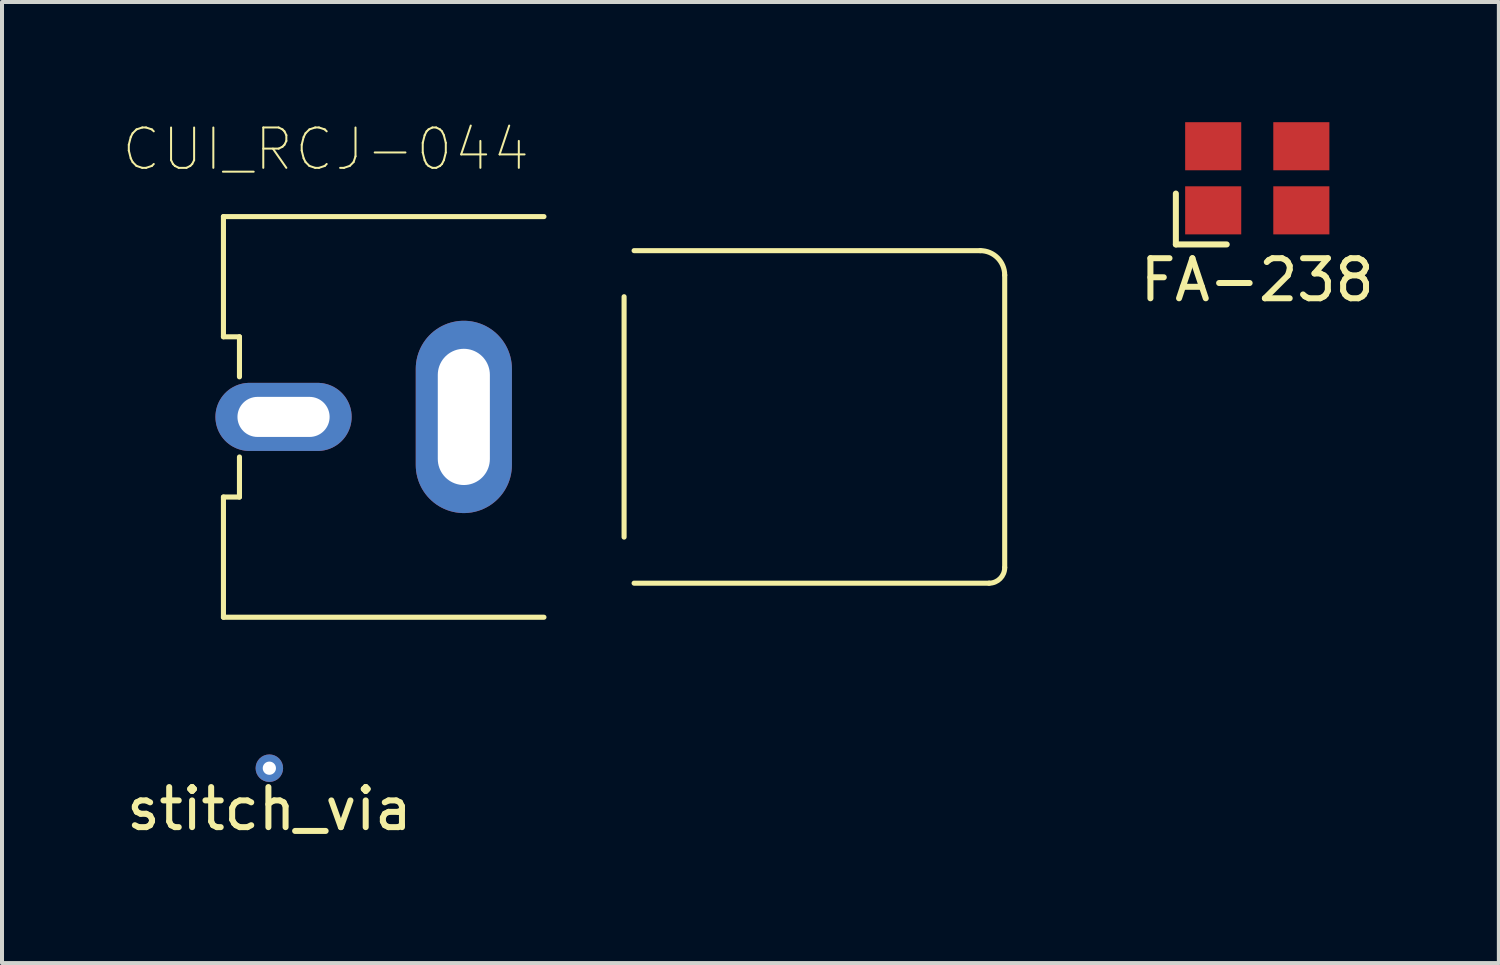
<source format=kicad_pcb>
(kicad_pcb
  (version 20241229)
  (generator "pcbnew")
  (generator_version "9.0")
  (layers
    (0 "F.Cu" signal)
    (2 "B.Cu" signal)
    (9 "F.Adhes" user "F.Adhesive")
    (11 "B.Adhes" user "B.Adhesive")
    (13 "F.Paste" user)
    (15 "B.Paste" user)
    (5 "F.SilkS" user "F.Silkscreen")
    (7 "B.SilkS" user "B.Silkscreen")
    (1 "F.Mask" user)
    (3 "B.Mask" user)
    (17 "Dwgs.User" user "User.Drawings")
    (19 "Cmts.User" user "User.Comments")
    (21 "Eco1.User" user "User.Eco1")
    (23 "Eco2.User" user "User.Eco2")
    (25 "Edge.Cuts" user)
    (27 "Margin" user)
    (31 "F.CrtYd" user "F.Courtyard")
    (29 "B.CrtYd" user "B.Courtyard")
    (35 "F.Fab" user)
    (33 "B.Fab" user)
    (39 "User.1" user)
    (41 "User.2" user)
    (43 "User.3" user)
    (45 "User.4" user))
  (footprint "stitch_via"
    (layer "F.Cu")
    (at 3.673 16.124)
    (property "Reference" "stitch_via" (at 0 1.016 0) (layer "F.SilkS") (effects (font (size 1 1) (thickness 0.15))))
    (attr through_hole)
    (pad "1" thru_hole circle (at 0 0) (size 0.686 0.686) (drill 0.33) (layers "*.Cu")))
  (footprint "CUI_RCJ-044"
    (layer "F.Cu")
    (at 12.527 7.356)
    (property "Reference" "CUI_RCJ-044" (at -7.447 -6.68 0) (layer "F.SilkS") (effects (font (size 1.007 1.007) (thickness 0.05))))
    (attr through_hole)
    (fp_line (start -10 -5) (end -2 -5) (stroke (width 0.127) (type solid)) (layer "F.SilkS"))
    (fp_line (start -10 -2) (end -10 -5) (stroke (width 0.127) (type solid)) (layer "F.SilkS"))
    (fp_line (start -10 2) (end -9.6 2) (stroke (width 0.127) (type solid)) (layer "F.SilkS"))
    (fp_line (start -10 5) (end -10 2) (stroke (width 0.127) (type solid)) (layer "F.SilkS"))
    (fp_line (start -10 5) (end -2 5) (stroke (width 0.127) (type solid)) (layer "F.SilkS"))
    (fp_line (start -9.6 -2) (end -10 -2) (stroke (width 0.127) (type solid)) (layer "F.SilkS"))
    (fp_line (start -9.6 -1) (end -9.6 -2) (stroke (width 0.127) (type solid)) (layer "F.SilkS"))
    (fp_line (start -9.6 2) (end -9.6 1) (stroke (width 0.127) (type solid)) (layer "F.SilkS"))
    (fp_line (start 0 3) (end 0 -3) (stroke (width 0.127) (type solid)) (layer "F.SilkS"))
    (fp_line (start 0.25 -4.15) (end 8.89 -4.15) (stroke (width 0.127) (type solid)) (layer "F.SilkS"))
    (fp_line (start 9.11 4.15) (end 0.25 4.15) (stroke (width 0.127) (type solid)) (layer "F.SilkS"))
    (fp_line (start 9.5 -3.54) (end 9.5 3.76) (stroke (width 0.127) (type solid)) (layer "F.SilkS"))
    (fp_arc (start 8.89 -4.15) (mid 9.321335 -3.971335) (end 9.5 -3.54) (stroke (width 0.127) (type solid)) (layer "F.SilkS"))
    (fp_arc (start 9.5 3.76) (mid 9.385772 4.035772) (end 9.11 4.15) (stroke (width 0.127) (type solid)) (layer "F.SilkS"))
    (fp_line (start -10.45 -5.25) (end -10.45 5.25) (stroke (width 0.05) (type solid)) (layer "Eco1.User"))
    (fp_line (start -10.45 5.25) (end -1.95 5.25) (stroke (width 0.05) (type solid)) (layer "Eco1.User"))
    (fp_line (start -1.95 -5.4) (end -1.95 -5.25) (stroke (width 0.05) (type solid)) (layer "Eco1.User"))
    (fp_line (start -1.95 -5.25) (end -10.45 -5.25) (stroke (width 0.05) (type solid)) (layer "Eco1.User"))
    (fp_line (start -1.95 5.25) (end -1.95 5.4) (stroke (width 0.05) (type solid)) (layer "Eco1.User"))
    (fp_line (start -1.95 5.4) (end 0.25 5.4) (stroke (width 0.05) (type solid)) (layer "Eco1.User"))
    (fp_line (start 0.25 -5.4) (end -1.95 -5.4) (stroke (width 0.05) (type solid)) (layer "Eco1.User"))
    (fp_line (start 0.25 -4.4) (end 0.25 -5.4) (stroke (width 0.05) (type solid)) (layer "Eco1.User"))
    (fp_line (start 0.25 4.4) (end 9.75 4.4) (stroke (width 0.05) (type solid)) (layer "Eco1.User"))
    (fp_line (start 0.25 5.4) (end 0.25 4.4) (stroke (width 0.05) (type solid)) (layer "Eco1.User"))
    (fp_line (start 9.75 -4.4) (end 0.25 -4.4) (stroke (width 0.05) (type solid)) (layer "Eco1.User"))
    (fp_line (start 9.75 4.4) (end 9.75 -4.4) (stroke (width 0.05) (type solid)) (layer "Eco1.User"))
    (fp_line (start -10 -5) (end 0 -5) (stroke (width 0.127) (type solid)) (layer "Eco2.User"))
    (fp_line (start -10 -2) (end -10 -5) (stroke (width 0.127) (type solid)) (layer "Eco2.User"))
    (fp_line (start -10 2) (end -9.6 2) (stroke (width 0.127) (type solid)) (layer "Eco2.User"))
    (fp_line (start -10 5) (end -10 2) (stroke (width 0.127) (type solid)) (layer "Eco2.User"))
    (fp_line (start -9.6 -2) (end -10 -2) (stroke (width 0.127) (type solid)) (layer "Eco2.User"))
    (fp_line (start -9.6 2) (end -9.6 -2) (stroke (width 0.127) (type solid)) (layer "Eco2.User"))
    (fp_line (start -9.59 0) (end 9.5 0) (stroke (width 0.05) (type solid)) (layer "Eco2.User"))
    (fp_line (start 0 -5) (end 0 -4.15) (stroke (width 0.127) (type solid)) (layer "Eco2.User"))
    (fp_line (start 0 -4.15) (end 0 4.15) (stroke (width 0.127) (type solid)) (layer "Eco2.User"))
    (fp_line (start 0 -4.15) (end 8.91 -4.15) (stroke (width 0.127) (type solid)) (layer "Eco2.User"))
    (fp_line (start 0 4.15) (end 0 5) (stroke (width 0.127) (type solid)) (layer "Eco2.User"))
    (fp_line (start 0 5) (end -10 5) (stroke (width 0.127) (type solid)) (layer "Eco2.User"))
    (fp_line (start 9.11 4.15) (end 0 4.15) (stroke (width 0.127) (type solid)) (layer "Eco2.User"))
    (fp_line (start 9.5 -3.56) (end 9.5 3.76) (stroke (width 0.127) (type solid)) (layer "Eco2.User"))
    (fp_arc (start 8.91 -4.15) (mid 9.327193 -3.977193) (end 9.5 -3.56) (stroke (width 0.127) (type solid)) (layer "Eco2.User"))
    (fp_arc (start 9.5 3.76) (mid 9.385772 4.035772) (end 9.11 4.15) (stroke (width 0.127) (type solid)) (layer "Eco2.User"))
    (fp_line (start -1.7 -5.15) (end -1.7 -3.35) (stroke (width 0.0001) (type solid)) (layer "Edge.Cuts"))
    (fp_line (start -1.7 -3.35) (end 0 -3.35) (stroke (width 0.0001) (type solid)) (layer "Edge.Cuts"))
    (fp_line (start -1.7 3.35) (end -1.7 5.15) (stroke (width 0.0001) (type solid)) (layer "Edge.Cuts"))
    (fp_line (start -1.7 5.15) (end 0 5.15) (stroke (width 0.0001) (type solid)) (layer "Edge.Cuts"))
    (fp_line (start 0 -5.15) (end -1.7 -5.15) (stroke (width 0.0001) (type solid)) (layer "Edge.Cuts"))
    (fp_line (start 0 -3.35) (end 0 -5.15) (stroke (width 0.0001) (type solid)) (layer "Edge.Cuts"))
    (fp_line (start 0 3.35) (end -1.7 3.35) (stroke (width 0.0001) (type solid)) (layer "Edge.Cuts"))
    (fp_line (start 0 5.15) (end 0 3.35) (stroke (width 0.0001) (type solid)) (layer "Edge.Cuts"))
    (pad "1" thru_hole oval (at -4 0 90) (size 4.8 2.4) (drill oval 3.4 1.3) (layers "*.Cu" "*.Mask"))
    (pad "2" thru_hole oval (at -8.5 0 180) (size 3.4 1.7) (drill oval 2.3 1) (layers "*.Cu" "*.Mask")))
  (footprint "FA-238"
    (layer "F.Cu")
    (at 28.331 1.4)
    (property "Reference" "FA-238" (at 0 2.54 0) (layer "F.SilkS") (effects (font (size 1 1) (thickness 0.15))))
    (attr through_hole)
    (fp_line (start -2.032 1.651) (end -2.032 0.381) (stroke (width 0.15) (type solid)) (layer "F.SilkS"))
    (fp_line (start -2.032 1.651) (end -0.762 1.651) (stroke (width 0.15) (type solid)) (layer "F.SilkS"))
    (pad "1" smd rect (at -1.1 0.8) (size 1.4 1.2) (layers "F.Cu" "F.Mask" "F.Paste"))
    (pad "2" smd rect (at 1.1 0.8) (size 1.4 1.2) (layers "F.Cu" "F.Mask" "F.Paste"))
    (pad "3" smd rect (at 1.1 -0.8) (size 1.4 1.2) (layers "F.Cu" "F.Mask" "F.Paste"))
    (pad "4" smd rect (at -1.1 -0.8) (size 1.4 1.2) (layers "F.Cu" "F.Mask" "F.Paste")))
  (gr_rect
    (start -3 -3)
    (end 34.361 20.988)
    (stroke (width 0.1) (type default))
    (fill no)
    (layer "Edge.Cuts")))
</source>
